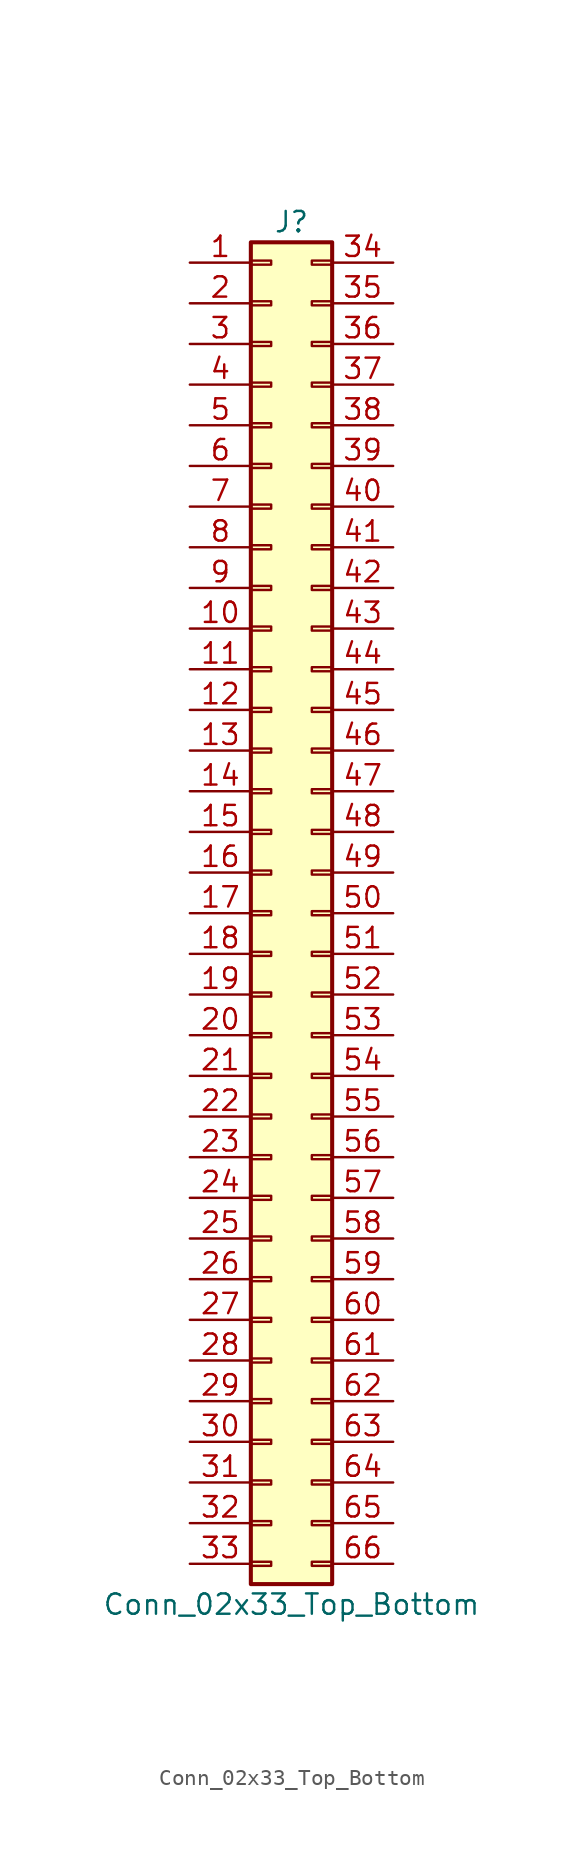
<source format=kicad_sym>
(kicad_symbol_lib
  (version 20201005)
  (generator kicad_symbol_editor)
  (symbol "Connector_Generic:Conn_02x33_Top_Bottom"
    (pin_names
      (offset 1.016) hide)
    (property "Reference" "J"
      (at 1.27 43.18 0)
      (effects (font (size 1.27 1.27))))
    (property "Value" "Conn_02x33_Top_Bottom"
      (at 1.27 -43.18 0)
      (effects (font (size 1.27 1.27))))
    (symbol "Conn_02x33_Top_Bottom_1_1"
      (rectangle (start -1.27 -27.813) (end 0 -28.067) (stroke (width 0.152)) (fill (type none)))
      (rectangle (start -1.27 -30.353) (end 0 -30.607) (stroke (width 0.152)) (fill (type none)))
      (rectangle (start -1.27 -32.893) (end 0 -33.147) (stroke (width 0.152)) (fill (type none)))
      (rectangle (start -1.27 -35.433) (end 0 -35.687) (stroke (width 0.152)) (fill (type none)))
      (rectangle (start -1.27 -37.973) (end 0 -38.227) (stroke (width 0.152)) (fill (type none)))
      (rectangle (start -1.27 -40.513) (end 0 -40.767) (stroke (width 0.152)) (fill (type none)))
      (rectangle (start -1.27 -4.953) (end 0 -5.207) (stroke (width 0.152)) (fill (type none)))
      (rectangle (start -1.27 -7.493) (end 0 -7.747) (stroke (width 0.152)) (fill (type none)))
      (rectangle (start -1.27 -10.033) (end 0 -10.287) (stroke (width 0.152)) (fill (type none)))
      (rectangle (start -1.27 -12.573) (end 0 -12.827) (stroke (width 0.152)) (fill (type none)))
      (rectangle (start -1.27 -15.113) (end 0 -15.367) (stroke (width 0.152)) (fill (type none)))
      (rectangle (start -1.27 -17.653) (end 0 -17.907) (stroke (width 0.152)) (fill (type none)))
      (rectangle (start -1.27 -20.193) (end 0 -20.447) (stroke (width 0.152)) (fill (type none)))
      (rectangle (start -1.27 -22.733) (end 0 -22.987) (stroke (width 0.152)) (fill (type none)))
      (rectangle (start -1.27 -2.413) (end 0 -2.667) (stroke (width 0.152)) (fill (type none)))
      (rectangle (start -1.27 -25.273) (end 0 -25.527) (stroke (width 0.152)) (fill (type none)))
      (rectangle (start -1.27 25.527) (end 0 25.273) (stroke (width 0.152)) (fill (type none)))
      (rectangle (start -1.27 2.667) (end 0 2.413) (stroke (width 0.152)) (fill (type none)))
      (rectangle (start -1.27 28.067) (end 0 27.813) (stroke (width 0.152)) (fill (type none)))
      (rectangle (start -1.27 30.607) (end 0 30.353) (stroke (width 0.152)) (fill (type none)))
      (rectangle (start -1.27 33.147) (end 0 32.893) (stroke (width 0.152)) (fill (type none)))
      (rectangle (start -1.27 35.687) (end 0 35.433) (stroke (width 0.152)) (fill (type none)))
      (rectangle (start -1.27 38.227) (end 0 37.973) (stroke (width 0.152)) (fill (type none)))
      (rectangle (start -1.27 40.767) (end 0 40.513) (stroke (width 0.152)) (fill (type none)))
      (rectangle (start -1.27 41.91) (end 3.81 -41.91) (stroke (width 0.254)) (fill (type background)))
      (rectangle (start -1.27 5.207) (end 0 4.953) (stroke (width 0.152)) (fill (type none)))
      (rectangle (start -1.27 7.747) (end 0 7.493) (stroke (width 0.152)) (fill (type none)))
      (rectangle (start -1.27 10.287) (end 0 10.033) (stroke (width 0.152)) (fill (type none)))
      (rectangle (start -1.27 0.127) (end 0 -0.127) (stroke (width 0.152)) (fill (type none)))
      (rectangle (start -1.27 12.827) (end 0 12.573) (stroke (width 0.152)) (fill (type none)))
      (rectangle (start -1.27 15.367) (end 0 15.113) (stroke (width 0.152)) (fill (type none)))
      (rectangle (start -1.27 17.907) (end 0 17.653) (stroke (width 0.152)) (fill (type none)))
      (rectangle (start -1.27 20.447) (end 0 20.193) (stroke (width 0.152)) (fill (type none)))
      (rectangle (start -1.27 22.987) (end 0 22.733) (stroke (width 0.152)) (fill (type none)))
      (rectangle (start 3.81 -27.813) (end 2.54 -28.067) (stroke (width 0.152)) (fill (type none)))
      (rectangle (start 3.81 -30.353) (end 2.54 -30.607) (stroke (width 0.152)) (fill (type none)))
      (rectangle (start 3.81 -32.893) (end 2.54 -33.147) (stroke (width 0.152)) (fill (type none)))
      (rectangle (start 3.81 -35.433) (end 2.54 -35.687) (stroke (width 0.152)) (fill (type none)))
      (rectangle (start 3.81 -37.973) (end 2.54 -38.227) (stroke (width 0.152)) (fill (type none)))
      (rectangle (start 3.81 -40.513) (end 2.54 -40.767) (stroke (width 0.152)) (fill (type none)))
      (rectangle (start 3.81 -4.953) (end 2.54 -5.207) (stroke (width 0.152)) (fill (type none)))
      (rectangle (start 3.81 -7.493) (end 2.54 -7.747) (stroke (width 0.152)) (fill (type none)))
      (rectangle (start 3.81 -10.033) (end 2.54 -10.287) (stroke (width 0.152)) (fill (type none)))
      (rectangle (start 3.81 -12.573) (end 2.54 -12.827) (stroke (width 0.152)) (fill (type none)))
      (rectangle (start 3.81 -15.113) (end 2.54 -15.367) (stroke (width 0.152)) (fill (type none)))
      (rectangle (start 3.81 -17.653) (end 2.54 -17.907) (stroke (width 0.152)) (fill (type none)))
      (rectangle (start 3.81 -20.193) (end 2.54 -20.447) (stroke (width 0.152)) (fill (type none)))
      (rectangle (start 3.81 -22.733) (end 2.54 -22.987) (stroke (width 0.152)) (fill (type none)))
      (rectangle (start 3.81 -2.413) (end 2.54 -2.667) (stroke (width 0.152)) (fill (type none)))
      (rectangle (start 3.81 -25.273) (end 2.54 -25.527) (stroke (width 0.152)) (fill (type none)))
      (rectangle (start 3.81 25.527) (end 2.54 25.273) (stroke (width 0.152)) (fill (type none)))
      (rectangle (start 3.81 2.667) (end 2.54 2.413) (stroke (width 0.152)) (fill (type none)))
      (rectangle (start 3.81 28.067) (end 2.54 27.813) (stroke (width 0.152)) (fill (type none)))
      (rectangle (start 3.81 30.607) (end 2.54 30.353) (stroke (width 0.152)) (fill (type none)))
      (rectangle (start 3.81 33.147) (end 2.54 32.893) (stroke (width 0.152)) (fill (type none)))
      (rectangle (start 3.81 35.687) (end 2.54 35.433) (stroke (width 0.152)) (fill (type none)))
      (rectangle (start 3.81 38.227) (end 2.54 37.973) (stroke (width 0.152)) (fill (type none)))
      (rectangle (start 3.81 40.767) (end 2.54 40.513) (stroke (width 0.152)) (fill (type none)))
      (rectangle (start 3.81 5.207) (end 2.54 4.953) (stroke (width 0.152)) (fill (type none)))
      (rectangle (start 3.81 7.747) (end 2.54 7.493) (stroke (width 0.152)) (fill (type none)))
      (rectangle (start 3.81 10.287) (end 2.54 10.033) (stroke (width 0.152)) (fill (type none)))
      (rectangle (start 3.81 0.127) (end 2.54 -0.127) (stroke (width 0.152)) (fill (type none)))
      (rectangle (start 3.81 12.827) (end 2.54 12.573) (stroke (width 0.152)) (fill (type none)))
      (rectangle (start 3.81 15.367) (end 2.54 15.113) (stroke (width 0.152)) (fill (type none)))
      (rectangle (start 3.81 17.907) (end 2.54 17.653) (stroke (width 0.152)) (fill (type none)))
      (rectangle (start 3.81 20.447) (end 2.54 20.193) (stroke (width 0.152)) (fill (type none)))
      (rectangle (start 3.81 22.987) (end 2.54 22.733) (stroke (width 0.152)) (fill (type none)))
      (pin passive line (at -5.08 40.64 0) (length 3.81) (name "Pin_1" (effects (font (size 1.27 1.27)))) (number "1" (effects (font (size 1.27 1.27)))))
      (pin passive line (at -5.08 17.78 0) (length 3.81) (name "Pin_10" (effects (font (size 1.27 1.27)))) (number "10" (effects (font (size 1.27 1.27)))))
      (pin passive line (at -5.08 15.24 0) (length 3.81) (name "Pin_11" (effects (font (size 1.27 1.27)))) (number "11" (effects (font (size 1.27 1.27)))))
      (pin passive line (at -5.08 12.7 0) (length 3.81) (name "Pin_12" (effects (font (size 1.27 1.27)))) (number "12" (effects (font (size 1.27 1.27)))))
      (pin passive line (at -5.08 10.16 0) (length 3.81) (name "Pin_13" (effects (font (size 1.27 1.27)))) (number "13" (effects (font (size 1.27 1.27)))))
      (pin passive line (at -5.08 7.62 0) (length 3.81) (name "Pin_14" (effects (font (size 1.27 1.27)))) (number "14" (effects (font (size 1.27 1.27)))))
      (pin passive line (at -5.08 5.08 0) (length 3.81) (name "Pin_15" (effects (font (size 1.27 1.27)))) (number "15" (effects (font (size 1.27 1.27)))))
      (pin passive line (at -5.08 2.54 0) (length 3.81) (name "Pin_16" (effects (font (size 1.27 1.27)))) (number "16" (effects (font (size 1.27 1.27)))))
      (pin passive line (at -5.08 0 0) (length 3.81) (name "Pin_17" (effects (font (size 1.27 1.27)))) (number "17" (effects (font (size 1.27 1.27)))))
      (pin passive line (at -5.08 -2.54 0) (length 3.81) (name "Pin_18" (effects (font (size 1.27 1.27)))) (number "18" (effects (font (size 1.27 1.27)))))
      (pin passive line (at -5.08 -5.08 0) (length 3.81) (name "Pin_19" (effects (font (size 1.27 1.27)))) (number "19" (effects (font (size 1.27 1.27)))))
      (pin passive line (at -5.08 38.1 0) (length 3.81) (name "Pin_2" (effects (font (size 1.27 1.27)))) (number "2" (effects (font (size 1.27 1.27)))))
      (pin passive line (at -5.08 -7.62 0) (length 3.81) (name "Pin_20" (effects (font (size 1.27 1.27)))) (number "20" (effects (font (size 1.27 1.27)))))
      (pin passive line (at -5.08 -10.16 0) (length 3.81) (name "Pin_21" (effects (font (size 1.27 1.27)))) (number "21" (effects (font (size 1.27 1.27)))))
      (pin passive line (at -5.08 -12.7 0) (length 3.81) (name "Pin_22" (effects (font (size 1.27 1.27)))) (number "22" (effects (font (size 1.27 1.27)))))
      (pin passive line (at -5.08 -15.24 0) (length 3.81) (name "Pin_23" (effects (font (size 1.27 1.27)))) (number "23" (effects (font (size 1.27 1.27)))))
      (pin passive line (at -5.08 -17.78 0) (length 3.81) (name "Pin_24" (effects (font (size 1.27 1.27)))) (number "24" (effects (font (size 1.27 1.27)))))
      (pin passive line (at -5.08 -20.32 0) (length 3.81) (name "Pin_25" (effects (font (size 1.27 1.27)))) (number "25" (effects (font (size 1.27 1.27)))))
      (pin passive line (at -5.08 -22.86 0) (length 3.81) (name "Pin_26" (effects (font (size 1.27 1.27)))) (number "26" (effects (font (size 1.27 1.27)))))
      (pin passive line (at -5.08 -25.4 0) (length 3.81) (name "Pin_27" (effects (font (size 1.27 1.27)))) (number "27" (effects (font (size 1.27 1.27)))))
      (pin passive line (at -5.08 -27.94 0) (length 3.81) (name "Pin_28" (effects (font (size 1.27 1.27)))) (number "28" (effects (font (size 1.27 1.27)))))
      (pin passive line (at -5.08 -30.48 0) (length 3.81) (name "Pin_29" (effects (font (size 1.27 1.27)))) (number "29" (effects (font (size 1.27 1.27)))))
      (pin passive line (at -5.08 35.56 0) (length 3.81) (name "Pin_3" (effects (font (size 1.27 1.27)))) (number "3" (effects (font (size 1.27 1.27)))))
      (pin passive line (at -5.08 -33.02 0) (length 3.81) (name "Pin_30" (effects (font (size 1.27 1.27)))) (number "30" (effects (font (size 1.27 1.27)))))
      (pin passive line (at -5.08 -35.56 0) (length 3.81) (name "Pin_31" (effects (font (size 1.27 1.27)))) (number "31" (effects (font (size 1.27 1.27)))))
      (pin passive line (at -5.08 -38.1 0) (length 3.81) (name "Pin_32" (effects (font (size 1.27 1.27)))) (number "32" (effects (font (size 1.27 1.27)))))
      (pin passive line (at -5.08 -40.64 0) (length 3.81) (name "Pin_33" (effects (font (size 1.27 1.27)))) (number "33" (effects (font (size 1.27 1.27)))))
      (pin passive line (at 7.62 40.64 180) (length 3.81) (name "Pin_34" (effects (font (size 1.27 1.27)))) (number "34" (effects (font (size 1.27 1.27)))))
      (pin passive line (at 7.62 38.1 180) (length 3.81) (name "Pin_35" (effects (font (size 1.27 1.27)))) (number "35" (effects (font (size 1.27 1.27)))))
      (pin passive line (at 7.62 35.56 180) (length 3.81) (name "Pin_36" (effects (font (size 1.27 1.27)))) (number "36" (effects (font (size 1.27 1.27)))))
      (pin passive line (at 7.62 33.02 180) (length 3.81) (name "Pin_37" (effects (font (size 1.27 1.27)))) (number "37" (effects (font (size 1.27 1.27)))))
      (pin passive line (at 7.62 30.48 180) (length 3.81) (name "Pin_38" (effects (font (size 1.27 1.27)))) (number "38" (effects (font (size 1.27 1.27)))))
      (pin passive line (at 7.62 27.94 180) (length 3.81) (name "Pin_39" (effects (font (size 1.27 1.27)))) (number "39" (effects (font (size 1.27 1.27)))))
      (pin passive line (at -5.08 33.02 0) (length 3.81) (name "Pin_4" (effects (font (size 1.27 1.27)))) (number "4" (effects (font (size 1.27 1.27)))))
      (pin passive line (at 7.62 25.4 180) (length 3.81) (name "Pin_40" (effects (font (size 1.27 1.27)))) (number "40" (effects (font (size 1.27 1.27)))))
      (pin passive line (at 7.62 22.86 180) (length 3.81) (name "Pin_41" (effects (font (size 1.27 1.27)))) (number "41" (effects (font (size 1.27 1.27)))))
      (pin passive line (at 7.62 20.32 180) (length 3.81) (name "Pin_42" (effects (font (size 1.27 1.27)))) (number "42" (effects (font (size 1.27 1.27)))))
      (pin passive line (at 7.62 17.78 180) (length 3.81) (name "Pin_43" (effects (font (size 1.27 1.27)))) (number "43" (effects (font (size 1.27 1.27)))))
      (pin passive line (at 7.62 15.24 180) (length 3.81) (name "Pin_44" (effects (font (size 1.27 1.27)))) (number "44" (effects (font (size 1.27 1.27)))))
      (pin passive line (at 7.62 12.7 180) (length 3.81) (name "Pin_45" (effects (font (size 1.27 1.27)))) (number "45" (effects (font (size 1.27 1.27)))))
      (pin passive line (at 7.62 10.16 180) (length 3.81) (name "Pin_46" (effects (font (size 1.27 1.27)))) (number "46" (effects (font (size 1.27 1.27)))))
      (pin passive line (at 7.62 7.62 180) (length 3.81) (name "Pin_47" (effects (font (size 1.27 1.27)))) (number "47" (effects (font (size 1.27 1.27)))))
      (pin passive line (at 7.62 5.08 180) (length 3.81) (name "Pin_48" (effects (font (size 1.27 1.27)))) (number "48" (effects (font (size 1.27 1.27)))))
      (pin passive line (at 7.62 2.54 180) (length 3.81) (name "Pin_49" (effects (font (size 1.27 1.27)))) (number "49" (effects (font (size 1.27 1.27)))))
      (pin passive line (at -5.08 30.48 0) (length 3.81) (name "Pin_5" (effects (font (size 1.27 1.27)))) (number "5" (effects (font (size 1.27 1.27)))))
      (pin passive line (at 7.62 0 180) (length 3.81) (name "Pin_50" (effects (font (size 1.27 1.27)))) (number "50" (effects (font (size 1.27 1.27)))))
      (pin passive line (at 7.62 -2.54 180) (length 3.81) (name "Pin_51" (effects (font (size 1.27 1.27)))) (number "51" (effects (font (size 1.27 1.27)))))
      (pin passive line (at 7.62 -5.08 180) (length 3.81) (name "Pin_52" (effects (font (size 1.27 1.27)))) (number "52" (effects (font (size 1.27 1.27)))))
      (pin passive line (at 7.62 -7.62 180) (length 3.81) (name "Pin_53" (effects (font (size 1.27 1.27)))) (number "53" (effects (font (size 1.27 1.27)))))
      (pin passive line (at 7.62 -10.16 180) (length 3.81) (name "Pin_54" (effects (font (size 1.27 1.27)))) (number "54" (effects (font (size 1.27 1.27)))))
      (pin passive line (at 7.62 -12.7 180) (length 3.81) (name "Pin_55" (effects (font (size 1.27 1.27)))) (number "55" (effects (font (size 1.27 1.27)))))
      (pin passive line (at 7.62 -15.24 180) (length 3.81) (name "Pin_56" (effects (font (size 1.27 1.27)))) (number "56" (effects (font (size 1.27 1.27)))))
      (pin passive line (at 7.62 -17.78 180) (length 3.81) (name "Pin_57" (effects (font (size 1.27 1.27)))) (number "57" (effects (font (size 1.27 1.27)))))
      (pin passive line (at 7.62 -20.32 180) (length 3.81) (name "Pin_58" (effects (font (size 1.27 1.27)))) (number "58" (effects (font (size 1.27 1.27)))))
      (pin passive line (at 7.62 -22.86 180) (length 3.81) (name "Pin_59" (effects (font (size 1.27 1.27)))) (number "59" (effects (font (size 1.27 1.27)))))
      (pin passive line (at -5.08 27.94 0) (length 3.81) (name "Pin_6" (effects (font (size 1.27 1.27)))) (number "6" (effects (font (size 1.27 1.27)))))
      (pin passive line (at 7.62 -25.4 180) (length 3.81) (name "Pin_60" (effects (font (size 1.27 1.27)))) (number "60" (effects (font (size 1.27 1.27)))))
      (pin passive line (at 7.62 -27.94 180) (length 3.81) (name "Pin_61" (effects (font (size 1.27 1.27)))) (number "61" (effects (font (size 1.27 1.27)))))
      (pin passive line (at 7.62 -30.48 180) (length 3.81) (name "Pin_62" (effects (font (size 1.27 1.27)))) (number "62" (effects (font (size 1.27 1.27)))))
      (pin passive line (at 7.62 -33.02 180) (length 3.81) (name "Pin_63" (effects (font (size 1.27 1.27)))) (number "63" (effects (font (size 1.27 1.27)))))
      (pin passive line (at 7.62 -35.56 180) (length 3.81) (name "Pin_64" (effects (font (size 1.27 1.27)))) (number "64" (effects (font (size 1.27 1.27)))))
      (pin passive line (at 7.62 -38.1 180) (length 3.81) (name "Pin_65" (effects (font (size 1.27 1.27)))) (number "65" (effects (font (size 1.27 1.27)))))
      (pin passive line (at 7.62 -40.64 180) (length 3.81) (name "Pin_66" (effects (font (size 1.27 1.27)))) (number "66" (effects (font (size 1.27 1.27)))))
      (pin passive line (at -5.08 25.4 0) (length 3.81) (name "Pin_7" (effects (font (size 1.27 1.27)))) (number "7" (effects (font (size 1.27 1.27)))))
      (pin passive line (at -5.08 22.86 0) (length 3.81) (name "Pin_8" (effects (font (size 1.27 1.27)))) (number "8" (effects (font (size 1.27 1.27)))))
      (pin passive line (at -5.08 20.32 0) (length 3.81) (name "Pin_9" (effects (font (size 1.27 1.27)))) (number "9" (effects (font (size 1.27 1.27))))))))
</source>
